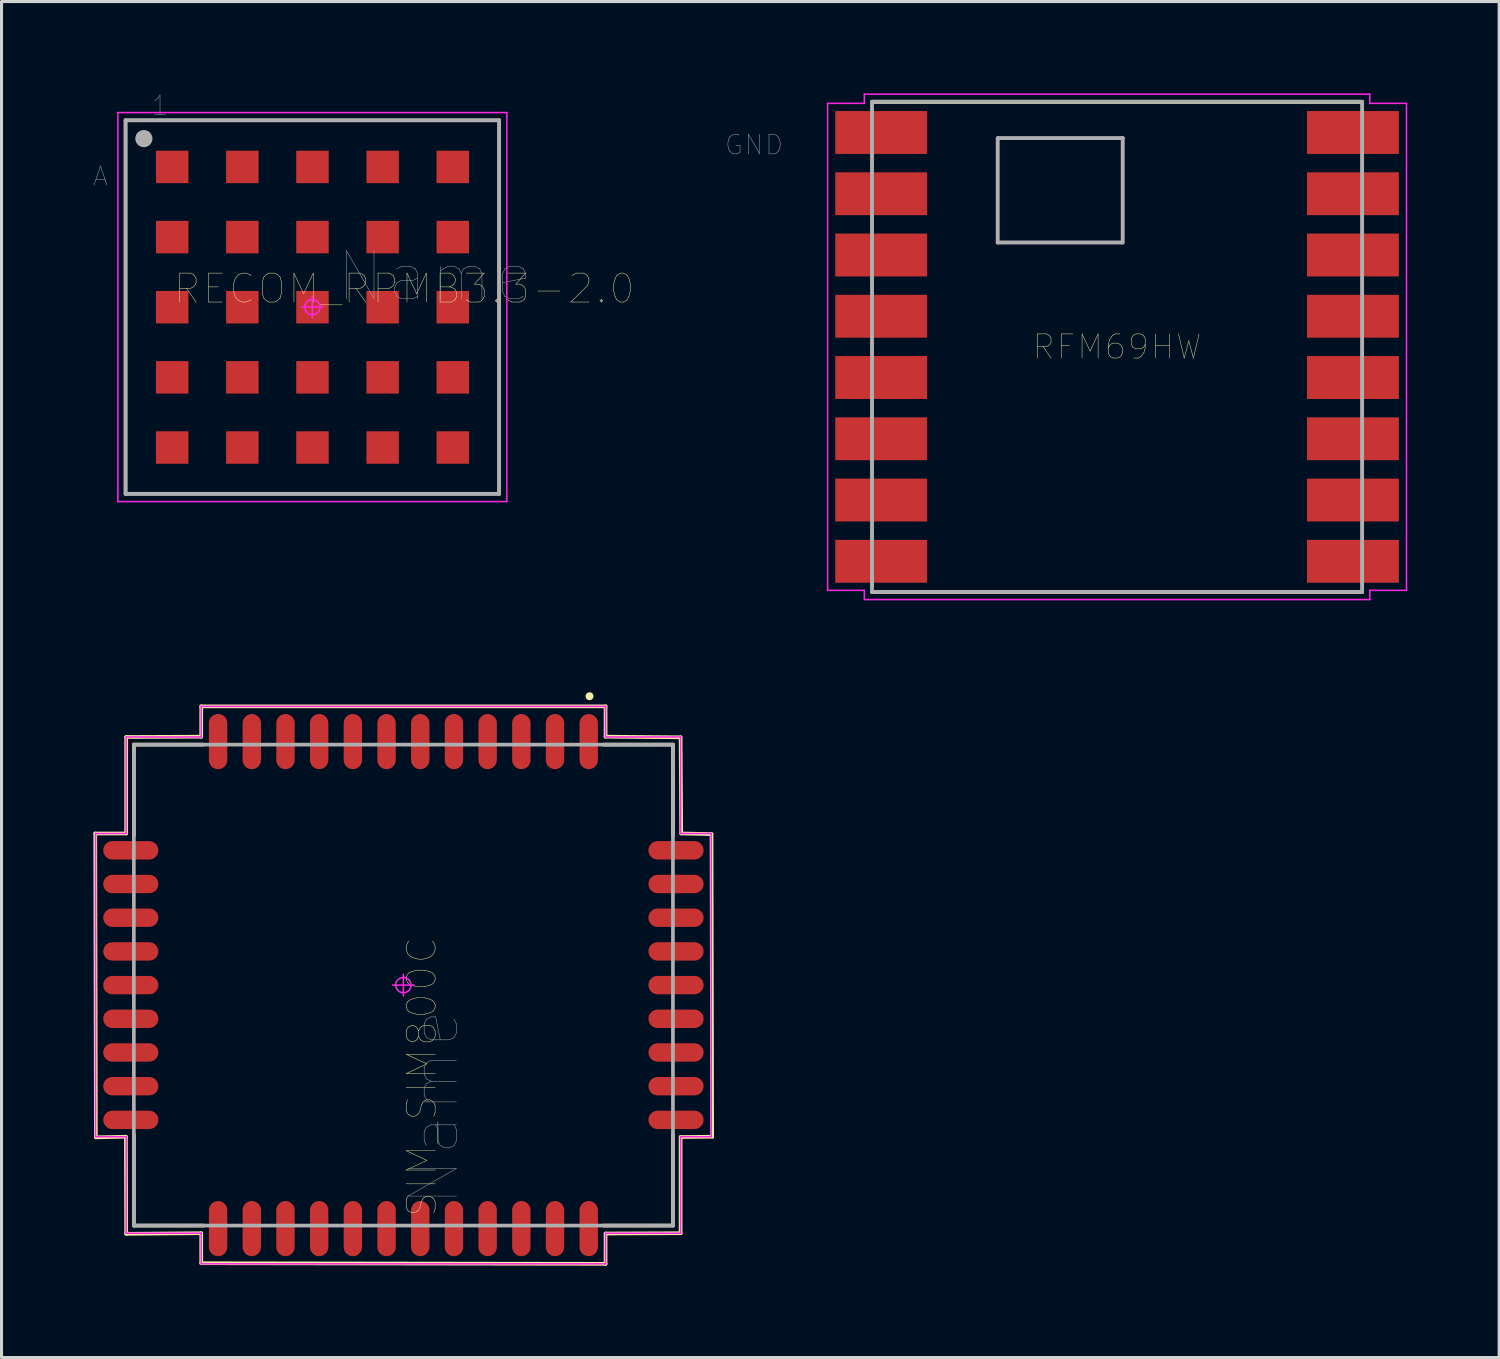
<source format=kicad_pcb>
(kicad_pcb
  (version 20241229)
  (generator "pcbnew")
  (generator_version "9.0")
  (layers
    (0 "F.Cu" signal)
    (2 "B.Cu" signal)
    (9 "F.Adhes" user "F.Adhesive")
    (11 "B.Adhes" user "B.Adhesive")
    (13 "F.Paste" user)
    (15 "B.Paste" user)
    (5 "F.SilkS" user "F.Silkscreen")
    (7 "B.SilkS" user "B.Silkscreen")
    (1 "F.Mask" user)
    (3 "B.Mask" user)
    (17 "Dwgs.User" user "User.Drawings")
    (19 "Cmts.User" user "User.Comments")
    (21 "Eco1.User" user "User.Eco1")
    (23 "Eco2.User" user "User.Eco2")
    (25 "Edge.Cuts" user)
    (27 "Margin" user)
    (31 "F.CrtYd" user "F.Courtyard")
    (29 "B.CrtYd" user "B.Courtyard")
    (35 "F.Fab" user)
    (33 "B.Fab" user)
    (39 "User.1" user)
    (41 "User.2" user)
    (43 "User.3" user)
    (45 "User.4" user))
  (footprint "RFM69HW"
    (layer "F.Cu")
    (at 33.419 8.275)
    (property "Reference" "RFM69HW" (at 0 0 0) (layer "F.SilkS") (effects (font (size 0.787 0.787) (thickness 0.015))))
    (attr through_hole)
    (fp_line (start -8 -8) (end 8 -8) (stroke (width 0.127) (type solid)) (layer "F.SilkS"))
    (fp_line (start -8 8) (end 8 8) (stroke (width 0.127) (type solid)) (layer "F.SilkS"))
    (fp_line (start -9.45 -7.95) (end -8.25 -7.95) (stroke (width 0.05) (type solid)) (layer "F.CrtYd"))
    (fp_line (start -9.45 7.95) (end -9.45 -7.95) (stroke (width 0.05) (type solid)) (layer "F.CrtYd"))
    (fp_line (start -8.25 -8.25) (end 8.25 -8.25) (stroke (width 0.05) (type solid)) (layer "F.CrtYd"))
    (fp_line (start -8.25 -7.95) (end -8.25 -8.25) (stroke (width 0.05) (type solid)) (layer "F.CrtYd"))
    (fp_line (start -8.25 7.95) (end -9.45 7.95) (stroke (width 0.05) (type solid)) (layer "F.CrtYd"))
    (fp_line (start -8.25 8.25) (end -8.25 7.95) (stroke (width 0.05) (type solid)) (layer "F.CrtYd"))
    (fp_line (start 8.25 -8.25) (end 8.25 -7.95) (stroke (width 0.05) (type solid)) (layer "F.CrtYd"))
    (fp_line (start 8.25 -7.95) (end 9.45 -7.95) (stroke (width 0.05) (type solid)) (layer "F.CrtYd"))
    (fp_line (start 8.25 7.95) (end 8.25 8.25) (stroke (width 0.05) (type solid)) (layer "F.CrtYd"))
    (fp_line (start 8.25 8.25) (end -8.25 8.25) (stroke (width 0.05) (type solid)) (layer "F.CrtYd"))
    (fp_line (start 9.45 -7.95) (end 9.45 7.95) (stroke (width 0.05) (type solid)) (layer "F.CrtYd"))
    (fp_line (start 9.45 7.95) (end 8.25 7.95) (stroke (width 0.05) (type solid)) (layer "F.CrtYd"))
    (fp_line (start -8 -8) (end 8 -8) (stroke (width 0.127) (type solid)) (layer "F.Fab"))
    (fp_line (start -8 8) (end -8 -8) (stroke (width 0.127) (type solid)) (layer "F.Fab"))
    (fp_line (start -3.896 -6.816) (end -3.896 -3.408) (stroke (width 0.127) (type solid)) (layer "F.Fab"))
    (fp_line (start -3.896 -3.408) (end 0.171 -3.408) (stroke (width 0.127) (type solid)) (layer "F.Fab"))
    (fp_line (start -3.879 -6.817) (end 0.188 -6.817) (stroke (width 0.127) (type solid)) (layer "F.Fab"))
    (fp_line (start 0.185 -6.815) (end 0.185 -3.407) (stroke (width 0.127) (type solid)) (layer "F.Fab"))
    (fp_line (start 8 -8) (end 8 8) (stroke (width 0.127) (type solid)) (layer "F.Fab"))
    (fp_line (start 8 8) (end -8 8) (stroke (width 0.127) (type solid)) (layer "F.Fab"))
    (fp_text user "GND" (at -11.851 -6.596 0) (layer "F.Fab") (effects (font (size 0.64 0.64) (thickness 0.015))))
    (pad "1" smd rect (at -7.7 -7) (size 3 1.4) (layers "F.Cu" "F.Mask" "F.Paste"))
    (pad "2" smd rect (at -7.7 -5) (size 3 1.4) (layers "F.Cu" "F.Mask" "F.Paste"))
    (pad "3" smd rect (at -7.7 -3) (size 3 1.4) (layers "F.Cu" "F.Mask" "F.Paste"))
    (pad "4" smd rect (at -7.7 -1) (size 3 1.4) (layers "F.Cu" "F.Mask" "F.Paste"))
    (pad "5" smd rect (at -7.7 1) (size 3 1.4) (layers "F.Cu" "F.Mask" "F.Paste"))
    (pad "6" smd rect (at -7.7 3) (size 3 1.4) (layers "F.Cu" "F.Mask" "F.Paste"))
    (pad "7" smd rect (at -7.7 5) (size 3 1.4) (layers "F.Cu" "F.Mask" "F.Paste"))
    (pad "8" smd rect (at -7.7 7) (size 3 1.4) (layers "F.Cu" "F.Mask" "F.Paste"))
    (pad "9" smd rect (at 7.7 7) (size 3 1.4) (layers "F.Cu" "F.Mask" "F.Paste"))
    (pad "10" smd rect (at 7.7 5) (size 3 1.4) (layers "F.Cu" "F.Mask" "F.Paste"))
    (pad "11" smd rect (at 7.7 3) (size 3 1.4) (layers "F.Cu" "F.Mask" "F.Paste"))
    (pad "12" smd rect (at 7.7 1) (size 3 1.4) (layers "F.Cu" "F.Mask" "F.Paste"))
    (pad "13" smd rect (at 7.7 -1) (size 3 1.4) (layers "F.Cu" "F.Mask" "F.Paste"))
    (pad "14" smd rect (at 7.7 -3) (size 3 1.4) (layers "F.Cu" "F.Mask" "F.Paste"))
    (pad "15" smd rect (at 7.7 -5) (size 3 1.4) (layers "F.Cu" "F.Mask" "F.Paste"))
    (pad "16" smd rect (at 7.7 -7) (size 3 1.4) (layers "F.Cu" "F.Mask" "F.Paste")))
  (footprint "RECOM_RPMB3.3-2.0"
    (layer "F.Cu")
    (at 7.147 6.975)
    (property "Reference" "RECOM_RPMB3.3-2.0" (at 3 -0.6 0) (layer "F.SilkS") (effects (font (size 0.945 0.945) (thickness 0.015))))
    (attr through_hole)
    (fp_line (start -6.35 -6.35) (end -6.35 6.35) (stroke (width 0.05) (type solid)) (layer "F.CrtYd"))
    (fp_line (start -6.35 6.35) (end 6.35 6.35) (stroke (width 0.05) (type solid)) (layer "F.CrtYd"))
    (fp_line (start 0 -0.35) (end 0 0.35) (stroke (width 0.05) (type solid)) (layer "F.CrtYd"))
    (fp_line (start 0.35 0) (end -0.35 0) (stroke (width 0.05) (type solid)) (layer "F.CrtYd"))
    (fp_line (start 6.35 -6.35) (end -6.35 -6.35) (stroke (width 0.05) (type solid)) (layer "F.CrtYd"))
    (fp_line (start 6.35 6.35) (end 6.35 -6.35) (stroke (width 0.05) (type solid)) (layer "F.CrtYd"))
    (fp_circle (center 0 0) (end 0.25 0) (stroke (width 0.05) (type solid)) (fill no) (layer "F.CrtYd"))
    (fp_line (start -6.1 -6.1) (end 6.1 -6.1) (stroke (width 0.12) (type solid)) (layer "F.Fab"))
    (fp_line (start -6.1 6.1) (end -6.1 -6.1) (stroke (width 0.12) (type solid)) (layer "F.Fab"))
    (fp_line (start -6.095 -6.095) (end 6.095 -6.095) (stroke (width 0.12) (type solid)) (layer "F.Fab"))
    (fp_line (start -6.095 6.095) (end -6.095 -6.095) (stroke (width 0.12) (type solid)) (layer "F.Fab"))
    (fp_line (start 6.095 -6.095) (end 6.095 6.095) (stroke (width 0.12) (type solid)) (layer "F.Fab"))
    (fp_line (start 6.095 6.095) (end -6.095 6.095) (stroke (width 0.12) (type solid)) (layer "F.Fab"))
    (fp_line (start 6.1 -6.1) (end 6.1 6.1) (stroke (width 0.12) (type solid)) (layer "F.Fab"))
    (fp_line (start 6.1 6.1) (end -6.1 6.1) (stroke (width 0.12) (type solid)) (layer "F.Fab"))
    (fp_circle (center -5.5 -5.5) (end -5.22 -5.5) (stroke (width 0) (type solid)) (fill yes) (layer "F.Fab"))
    (fp_text user "1" (at -4.973 -6.58 0) (layer "F.Fab") (effects (font (size 0.63 0.63) (thickness 0.015))))
    (fp_text user "Name" (at 4 -1 0) (layer "F.Fab") (effects (font (size 1.575 1.575) (thickness 0.015))))
    (fp_text user "A" (at -6.917 -4.272 0) (layer "F.Fab") (effects (font (size 0.63 0.63) (thickness 0.015))))
    (pad "1" smd rect (at -4.575 -4.575) (size 1.06 1.06) (layers "F.Cu" "F.Mask" "F.Paste"))
    (pad "2" smd rect (at -2.285 -4.575) (size 1.06 1.06) (layers "F.Cu" "F.Mask" "F.Paste"))
    (pad "3" smd rect (at 0.005 -4.575) (size 1.06 1.06) (layers "F.Cu" "F.Mask" "F.Paste"))
    (pad "4" smd rect (at 2.295 -4.575) (size 1.06 1.06) (layers "F.Cu" "F.Mask" "F.Paste"))
    (pad "5" smd rect (at 4.585 -4.575) (size 1.06 1.06) (layers "F.Cu" "F.Mask" "F.Paste"))
    (pad "6" smd rect (at -4.575 -2.285) (size 1.06 1.06) (layers "F.Cu" "F.Mask" "F.Paste"))
    (pad "7" smd rect (at -2.285 -2.285) (size 1.06 1.06) (layers "F.Cu" "F.Mask" "F.Paste"))
    (pad "8" smd rect (at 0.005 -2.285) (size 1.06 1.06) (layers "F.Cu" "F.Mask" "F.Paste"))
    (pad "9" smd rect (at 2.295 -2.285) (size 1.06 1.06) (layers "F.Cu" "F.Mask" "F.Paste"))
    (pad "10" smd rect (at 4.585 -2.285) (size 1.06 1.06) (layers "F.Cu" "F.Mask" "F.Paste"))
    (pad "11" smd rect (at -4.575 0.005) (size 1.06 1.06) (layers "F.Cu" "F.Mask" "F.Paste"))
    (pad "12" smd rect (at -2.285 0.005) (size 1.06 1.06) (layers "F.Cu" "F.Mask" "F.Paste"))
    (pad "13" smd rect (at 0.005 0.005) (size 1.06 1.06) (layers "F.Cu" "F.Mask" "F.Paste"))
    (pad "14" smd rect (at 2.295 0.005) (size 1.06 1.06) (layers "F.Cu" "F.Mask" "F.Paste"))
    (pad "15" smd rect (at 4.585 0.005) (size 1.06 1.06) (layers "F.Cu" "F.Mask" "F.Paste"))
    (pad "16" smd rect (at -4.575 2.295) (size 1.06 1.06) (layers "F.Cu" "F.Mask" "F.Paste"))
    (pad "17" smd rect (at -2.285 2.295) (size 1.06 1.06) (layers "F.Cu" "F.Mask" "F.Paste"))
    (pad "18" smd rect (at 0.005 2.295) (size 1.06 1.06) (layers "F.Cu" "F.Mask" "F.Paste"))
    (pad "19" smd rect (at 2.295 2.295) (size 1.06 1.06) (layers "F.Cu" "F.Mask" "F.Paste"))
    (pad "20" smd rect (at 4.585 2.295) (size 1.06 1.06) (layers "F.Cu" "F.Mask" "F.Paste"))
    (pad "21" smd rect (at -4.575 4.585) (size 1.06 1.06) (layers "F.Cu" "F.Mask" "F.Paste"))
    (pad "22" smd rect (at -2.285 4.585) (size 1.06 1.06) (layers "F.Cu" "F.Mask" "F.Paste"))
    (pad "23" smd rect (at 0.005 4.585) (size 1.06 1.06) (layers "F.Cu" "F.Mask" "F.Paste"))
    (pad "24" smd rect (at 2.295 4.585) (size 1.06 1.06) (layers "F.Cu" "F.Mask" "F.Paste"))
    (pad "25" smd rect (at 4.585 4.585) (size 1.06 1.06) (layers "F.Cu" "F.Mask" "F.Paste")))
  (footprint "SIM_SIM800C"
    (layer "F.Cu")
    (at 10.12 29.101)
    (property "Reference" "SIM_SIM800C" (at 0.6 3.01 270) (layer "F.SilkS") (effects (font (size 0.945 0.945) (thickness 0.015))))
    (fp_line (start -10.06 -4.94) (end -9.05 -4.94) (stroke (width 0.12) (type solid)) (layer "F.SilkS"))
    (fp_line (start -10.04 4.98) (end -10.06 -4.94) (stroke (width 0.12) (type solid)) (layer "F.SilkS"))
    (fp_line (start -9.06 4.96) (end -10.04 4.98) (stroke (width 0.12) (type solid)) (layer "F.SilkS"))
    (fp_line (start -9.05 -8.09) (end -6.6 -8.1) (stroke (width 0.12) (type solid)) (layer "F.SilkS"))
    (fp_line (start -9.05 -4.94) (end -9.05 -8.09) (stroke (width 0.12) (type solid)) (layer "F.SilkS"))
    (fp_line (start -9.05 8.13) (end -9.06 4.96) (stroke (width 0.12) (type solid)) (layer "F.SilkS"))
    (fp_line (start -8.8 -7.84) (end -6.53 -7.84) (stroke (width 0.12) (type solid)) (layer "F.SilkS"))
    (fp_line (start -8.8 -4.87) (end -8.8 -7.84) (stroke (width 0.12) (type solid)) (layer "F.SilkS"))
    (fp_line (start -8.8 7.86) (end -8.8 4.89) (stroke (width 0.12) (type solid)) (layer "F.SilkS"))
    (fp_line (start -6.6 -9.09) (end 6.6 -9.09) (stroke (width 0.12) (type solid)) (layer "F.SilkS"))
    (fp_line (start -6.6 -8.1) (end -6.6 -9.09) (stroke (width 0.12) (type solid)) (layer "F.SilkS"))
    (fp_line (start -6.6 8.11) (end -9.05 8.13) (stroke (width 0.12) (type solid)) (layer "F.SilkS"))
    (fp_line (start -6.6 9.09) (end -6.6 8.11) (stroke (width 0.12) (type solid)) (layer "F.SilkS"))
    (fp_line (start -6.53 7.86) (end -8.8 7.86) (stroke (width 0.12) (type solid)) (layer "F.SilkS"))
    (fp_line (start 6.53 -7.84) (end 8.8 -7.84) (stroke (width 0.12) (type solid)) (layer "F.SilkS"))
    (fp_line (start 6.6 -9.09) (end 6.6 -8.1) (stroke (width 0.12) (type solid)) (layer "F.SilkS"))
    (fp_line (start 6.6 -8.1) (end 9.05 -8.08) (stroke (width 0.12) (type solid)) (layer "F.SilkS"))
    (fp_line (start 6.6 8.12) (end 6.6 9.11) (stroke (width 0.12) (type solid)) (layer "F.SilkS"))
    (fp_line (start 6.6 9.11) (end -6.6 9.09) (stroke (width 0.12) (type solid)) (layer "F.SilkS"))
    (fp_line (start 8.8 -7.84) (end 8.8 -4.87) (stroke (width 0.12) (type solid)) (layer "F.SilkS"))
    (fp_line (start 8.8 4.89) (end 8.8 7.86) (stroke (width 0.12) (type solid)) (layer "F.SilkS"))
    (fp_line (start 8.8 7.86) (end 6.53 7.86) (stroke (width 0.12) (type solid)) (layer "F.SilkS"))
    (fp_line (start 9.05 -8.08) (end 9.07 -4.94) (stroke (width 0.12) (type solid)) (layer "F.SilkS"))
    (fp_line (start 9.05 4.97) (end 9.05 8.11) (stroke (width 0.12) (type solid)) (layer "F.SilkS"))
    (fp_line (start 9.05 8.11) (end 6.6 8.12) (stroke (width 0.12) (type solid)) (layer "F.SilkS"))
    (fp_line (start 9.07 -4.94) (end 10.06 -4.92) (stroke (width 0.12) (type solid)) (layer "F.SilkS"))
    (fp_line (start 10.06 -4.92) (end 10.08 4.96) (stroke (width 0.12) (type solid)) (layer "F.SilkS"))
    (fp_line (start 10.08 4.96) (end 9.05 4.97) (stroke (width 0.12) (type solid)) (layer "F.SilkS"))
    (fp_circle (center 6.077 -9.421) (end 6.077 -9.488) (stroke (width 0.127) (type solid)) (fill no) (layer "F.SilkS"))
    (fp_line (start -10.05 -4.94) (end -10.05 4.96) (stroke (width 0.05) (type solid)) (layer "F.CrtYd"))
    (fp_line (start -10.05 4.96) (end -9.05 4.96) (stroke (width 0.05) (type solid)) (layer "F.CrtYd"))
    (fp_line (start -9.05 -8.09) (end -9.05 -4.94) (stroke (width 0.05) (type solid)) (layer "F.CrtYd"))
    (fp_line (start -9.05 -4.94) (end -10.05 -4.94) (stroke (width 0.05) (type solid)) (layer "F.CrtYd"))
    (fp_line (start -9.05 4.96) (end -9.05 8.11) (stroke (width 0.05) (type solid)) (layer "F.CrtYd"))
    (fp_line (start -9.05 8.11) (end -6.6 8.11) (stroke (width 0.05) (type solid)) (layer "F.CrtYd"))
    (fp_line (start -6.6 -9.09) (end -6.6 -8.09) (stroke (width 0.05) (type solid)) (layer "F.CrtYd"))
    (fp_line (start -6.6 -8.09) (end -9.05 -8.09) (stroke (width 0.05) (type solid)) (layer "F.CrtYd"))
    (fp_line (start -6.6 8.11) (end -6.6 9.11) (stroke (width 0.05) (type solid)) (layer "F.CrtYd"))
    (fp_line (start -6.6 9.11) (end 6.6 9.11) (stroke (width 0.05) (type solid)) (layer "F.CrtYd"))
    (fp_line (start 0 0.36) (end 0 -0.34) (stroke (width 0.05) (type solid)) (layer "F.CrtYd"))
    (fp_line (start 0.35 0.01) (end -0.35 0.01) (stroke (width 0.05) (type solid)) (layer "F.CrtYd"))
    (fp_line (start 6.6 -9.09) (end -6.6 -9.09) (stroke (width 0.05) (type solid)) (layer "F.CrtYd"))
    (fp_line (start 6.6 -8.09) (end 6.6 -9.09) (stroke (width 0.05) (type solid)) (layer "F.CrtYd"))
    (fp_line (start 6.6 8.11) (end 9.05 8.11) (stroke (width 0.05) (type solid)) (layer "F.CrtYd"))
    (fp_line (start 6.6 9.11) (end 6.6 8.11) (stroke (width 0.05) (type solid)) (layer "F.CrtYd"))
    (fp_line (start 9.05 -8.09) (end 6.6 -8.09) (stroke (width 0.05) (type solid)) (layer "F.CrtYd"))
    (fp_line (start 9.05 -4.94) (end 9.05 -8.09) (stroke (width 0.05) (type solid)) (layer "F.CrtYd"))
    (fp_line (start 9.05 4.96) (end 10.05 4.96) (stroke (width 0.05) (type solid)) (layer "F.CrtYd"))
    (fp_line (start 9.05 8.11) (end 9.05 4.96) (stroke (width 0.05) (type solid)) (layer "F.CrtYd"))
    (fp_line (start 10.05 -4.94) (end 9.05 -4.94) (stroke (width 0.05) (type solid)) (layer "F.CrtYd"))
    (fp_line (start 10.05 4.96) (end 10.05 -4.94) (stroke (width 0.05) (type solid)) (layer "F.CrtYd"))
    (fp_circle (center 0 0.01) (end 0 0.26) (stroke (width 0.05) (type solid)) (fill no) (layer "F.CrtYd"))
    (fp_line (start -8.8 -7.84) (end 8.8 -7.84) (stroke (width 0.12) (type solid)) (layer "F.Fab"))
    (fp_line (start -8.8 7.86) (end -8.8 -7.84) (stroke (width 0.12) (type solid)) (layer "F.Fab"))
    (fp_line (start 8.8 -7.84) (end 8.8 7.86) (stroke (width 0.12) (type solid)) (layer "F.Fab"))
    (fp_line (start 8.8 7.86) (end -8.8 7.86) (stroke (width 0.12) (type solid)) (layer "F.Fab"))
    (fp_text user "Name" (at 1 4.01 270) (layer "F.Fab") (effects (font (size 1.575 1.575) (thickness 0.015))))
    (pad "1" smd oval (at 6.05 -7.94 270) (size 1.8 0.6) (layers "F.Cu" "F.Mask" "F.Paste"))
    (pad "2" smd oval (at 4.95 -7.94 270) (size 1.8 0.6) (layers "F.Cu" "F.Mask" "F.Paste"))
    (pad "3" smd oval (at 3.85 -7.94 270) (size 1.8 0.6) (layers "F.Cu" "F.Mask" "F.Paste"))
    (pad "4" smd oval (at 2.75 -7.94 270) (size 1.8 0.6) (layers "F.Cu" "F.Mask" "F.Paste"))
    (pad "5" smd oval (at 1.65 -7.94 270) (size 1.8 0.6) (layers "F.Cu" "F.Mask" "F.Paste"))
    (pad "6" smd oval (at 0.55 -7.94 270) (size 1.8 0.6) (layers "F.Cu" "F.Mask" "F.Paste"))
    (pad "7" smd oval (at -0.55 -7.94 270) (size 1.8 0.6) (layers "F.Cu" "F.Mask" "F.Paste"))
    (pad "8" smd oval (at -1.65 -7.94 270) (size 1.8 0.6) (layers "F.Cu" "F.Mask" "F.Paste"))
    (pad "9" smd oval (at -2.75 -7.94 270) (size 1.8 0.6) (layers "F.Cu" "F.Mask" "F.Paste"))
    (pad "10" smd oval (at -3.85 -7.94 270) (size 1.8 0.6) (layers "F.Cu" "F.Mask" "F.Paste"))
    (pad "11" smd oval (at -4.95 -7.94 270) (size 1.8 0.6) (layers "F.Cu" "F.Mask" "F.Paste"))
    (pad "12" smd oval (at -6.05 -7.94 270) (size 1.8 0.6) (layers "F.Cu" "F.Mask" "F.Paste"))
    (pad "13" smd oval (at -8.9 -4.39 270) (size 0.6 1.8) (layers "F.Cu" "F.Mask" "F.Paste"))
    (pad "14" smd oval (at -8.9 -3.29 270) (size 0.6 1.8) (layers "F.Cu" "F.Mask" "F.Paste"))
    (pad "15" smd oval (at -8.9 -2.19 270) (size 0.6 1.8) (layers "F.Cu" "F.Mask" "F.Paste"))
    (pad "16" smd oval (at -8.9 -1.09 270) (size 0.6 1.8) (layers "F.Cu" "F.Mask" "F.Paste"))
    (pad "17" smd oval (at -8.9 0.01 270) (size 0.6 1.8) (layers "F.Cu" "F.Mask" "F.Paste"))
    (pad "18" smd oval (at -8.9 1.11 270) (size 0.6 1.8) (layers "F.Cu" "F.Mask" "F.Paste"))
    (pad "19" smd oval (at -8.9 2.21 270) (size 0.6 1.8) (layers "F.Cu" "F.Mask" "F.Paste"))
    (pad "20" smd oval (at -8.9 3.31 270) (size 0.6 1.8) (layers "F.Cu" "F.Mask" "F.Paste"))
    (pad "21" smd oval (at -8.9 4.41 270) (size 0.6 1.8) (layers "F.Cu" "F.Mask" "F.Paste"))
    (pad "22" smd oval (at -6.05 7.96 270) (size 1.8 0.6) (layers "F.Cu" "F.Mask" "F.Paste"))
    (pad "23" smd oval (at -4.95 7.96 270) (size 1.8 0.6) (layers "F.Cu" "F.Mask" "F.Paste"))
    (pad "24" smd oval (at -3.85 7.96 270) (size 1.8 0.6) (layers "F.Cu" "F.Mask" "F.Paste"))
    (pad "25" smd oval (at -2.75 7.96 270) (size 1.8 0.6) (layers "F.Cu" "F.Mask" "F.Paste"))
    (pad "26" smd oval (at -1.65 7.96 270) (size 1.8 0.6) (layers "F.Cu" "F.Mask" "F.Paste"))
    (pad "27" smd oval (at -0.55 7.96 270) (size 1.8 0.6) (layers "F.Cu" "F.Mask" "F.Paste"))
    (pad "28" smd oval (at 0.55 7.96 270) (size 1.8 0.6) (layers "F.Cu" "F.Mask" "F.Paste"))
    (pad "29" smd oval (at 1.65 7.96 270) (size 1.8 0.6) (layers "F.Cu" "F.Mask" "F.Paste"))
    (pad "30" smd oval (at 2.75 7.96 270) (size 1.8 0.6) (layers "F.Cu" "F.Mask" "F.Paste"))
    (pad "31" smd oval (at 3.85 7.96 270) (size 1.8 0.6) (layers "F.Cu" "F.Mask" "F.Paste"))
    (pad "32" smd oval (at 4.95 7.96 270) (size 1.8 0.6) (layers "F.Cu" "F.Mask" "F.Paste"))
    (pad "33" smd oval (at 6.05 7.96 270) (size 1.8 0.6) (layers "F.Cu" "F.Mask" "F.Paste"))
    (pad "34" smd oval (at 8.9 4.41 270) (size 0.6 1.8) (layers "F.Cu" "F.Mask" "F.Paste"))
    (pad "35" smd oval (at 8.9 3.31 270) (size 0.6 1.8) (layers "F.Cu" "F.Mask" "F.Paste"))
    (pad "36" smd oval (at 8.9 2.21 270) (size 0.6 1.8) (layers "F.Cu" "F.Mask" "F.Paste"))
    (pad "37" smd oval (at 8.9 1.11 270) (size 0.6 1.8) (layers "F.Cu" "F.Mask" "F.Paste"))
    (pad "38" smd oval (at 8.9 0.01 270) (size 0.6 1.8) (layers "F.Cu" "F.Mask" "F.Paste"))
    (pad "39" smd oval (at 8.9 -1.09 270) (size 0.6 1.8) (layers "F.Cu" "F.Mask" "F.Paste"))
    (pad "40" smd oval (at 8.9 -2.19 270) (size 0.6 1.8) (layers "F.Cu" "F.Mask" "F.Paste"))
    (pad "41" smd oval (at 8.9 -3.29 270) (size 0.6 1.8) (layers "F.Cu" "F.Mask" "F.Paste"))
    (pad "42" smd oval (at 8.9 -4.39 270) (size 0.6 1.8) (layers "F.Cu" "F.Mask" "F.Paste")))
  (gr_rect
    (start -3 -3)
    (end 45.894 41.271)
    (stroke (width 0.1) (type default))
    (fill no)
    (layer "Edge.Cuts")))
</source>
